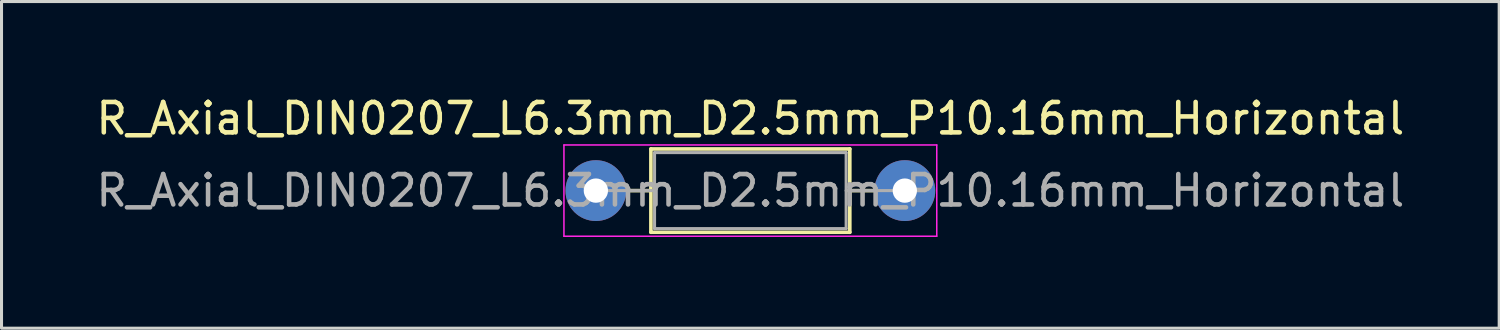
<source format=kicad_pcb>
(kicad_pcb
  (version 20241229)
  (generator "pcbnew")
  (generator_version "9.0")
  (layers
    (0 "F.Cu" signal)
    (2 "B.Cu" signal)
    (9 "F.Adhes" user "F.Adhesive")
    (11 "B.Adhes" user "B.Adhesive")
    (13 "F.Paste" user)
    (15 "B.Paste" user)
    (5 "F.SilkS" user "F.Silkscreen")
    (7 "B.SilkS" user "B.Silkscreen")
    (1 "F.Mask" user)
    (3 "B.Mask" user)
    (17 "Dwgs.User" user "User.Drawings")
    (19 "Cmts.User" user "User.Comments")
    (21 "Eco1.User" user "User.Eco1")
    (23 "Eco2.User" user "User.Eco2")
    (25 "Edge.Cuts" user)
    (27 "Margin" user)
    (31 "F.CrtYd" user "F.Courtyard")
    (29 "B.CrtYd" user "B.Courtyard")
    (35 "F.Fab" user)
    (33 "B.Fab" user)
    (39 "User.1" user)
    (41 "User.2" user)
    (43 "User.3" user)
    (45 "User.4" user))
  (footprint "R_Axial_DIN0207_L6.3mm_D2.5mm_P10.16mm_Horizontal"
    (layer "F.Cu")
    (at 16.545 3.218)
    (property "Reference" "R_Axial_DIN0207_L6.3mm_D2.5mm_P10.16mm_Horizontal" (at 5.08 -2.37 0) (layer "F.SilkS") (effects (font (size 1 1) (thickness 0.15))))
    (attr through_hole)
    (fp_line (start 1.04 0) (end 1.81 0) (stroke (width 0.12) (type solid)) (layer "F.SilkS"))
    (fp_line (start 1.81 -1.37) (end 1.81 1.37) (stroke (width 0.12) (type solid)) (layer "F.SilkS"))
    (fp_line (start 1.81 1.37) (end 8.35 1.37) (stroke (width 0.12) (type solid)) (layer "F.SilkS"))
    (fp_line (start 8.35 -1.37) (end 1.81 -1.37) (stroke (width 0.12) (type solid)) (layer "F.SilkS"))
    (fp_line (start 8.35 1.37) (end 8.35 -1.37) (stroke (width 0.12) (type solid)) (layer "F.SilkS"))
    (fp_line (start 9.12 0) (end 8.35 0) (stroke (width 0.12) (type solid)) (layer "F.SilkS"))
    (fp_line (start -1.05 -1.5) (end -1.05 1.5) (stroke (width 0.05) (type solid)) (layer "F.CrtYd"))
    (fp_line (start -1.05 1.5) (end 11.21 1.5) (stroke (width 0.05) (type solid)) (layer "F.CrtYd"))
    (fp_line (start 11.21 -1.5) (end -1.05 -1.5) (stroke (width 0.05) (type solid)) (layer "F.CrtYd"))
    (fp_line (start 11.21 1.5) (end 11.21 -1.5) (stroke (width 0.05) (type solid)) (layer "F.CrtYd"))
    (fp_line (start 0 0) (end 1.93 0) (stroke (width 0.1) (type solid)) (layer "F.Fab"))
    (fp_line (start 1.93 -1.25) (end 1.93 1.25) (stroke (width 0.1) (type solid)) (layer "F.Fab"))
    (fp_line (start 1.93 1.25) (end 8.23 1.25) (stroke (width 0.1) (type solid)) (layer "F.Fab"))
    (fp_line (start 8.23 -1.25) (end 1.93 -1.25) (stroke (width 0.1) (type solid)) (layer "F.Fab"))
    (fp_line (start 8.23 1.25) (end 8.23 -1.25) (stroke (width 0.1) (type solid)) (layer "F.Fab"))
    (fp_line (start 10.16 0) (end 8.23 0) (stroke (width 0.1) (type solid)) (layer "F.Fab"))
    (fp_text user "${REFERENCE}" (at 5.08 0 0) (layer "F.Fab") (effects (font (size 1 1) (thickness 0.15))))
    (pad "1" thru_hole circle (at 0 0) (size 2 2) (drill 0.8) (layers "*.Cu" "*.Mask"))
    (pad "2" thru_hole circle (at 10.16 0) (size 2 2) (drill 0.8) (layers "*.Cu" "*.Mask")))
  (gr_rect
    (start -3 -3)
    (end 46.25 7.743)
    (stroke (width 0.1) (type default))
    (fill no)
    (layer "Edge.Cuts")))
</source>
